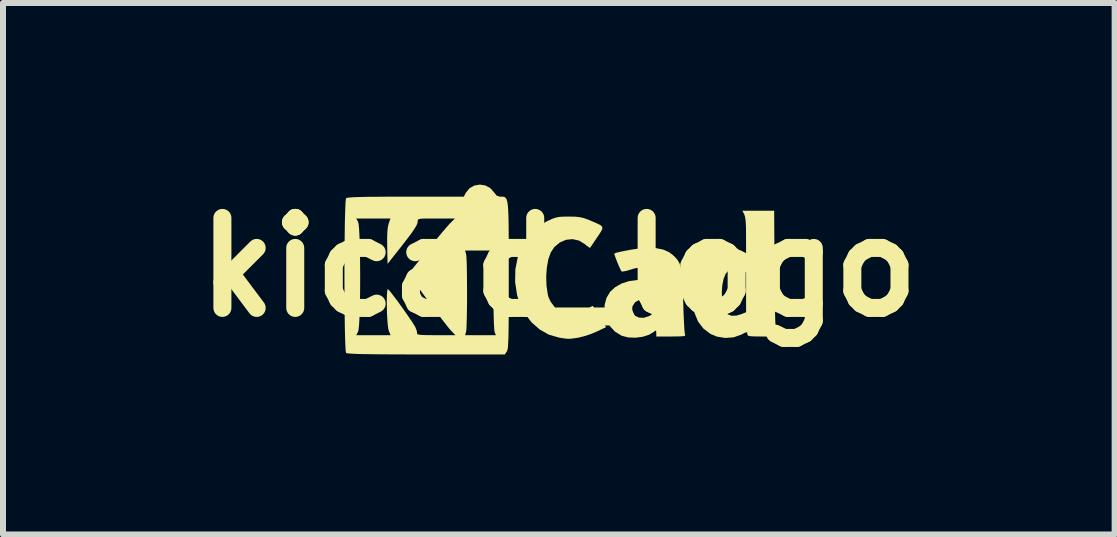
<source format=kicad_pcb>
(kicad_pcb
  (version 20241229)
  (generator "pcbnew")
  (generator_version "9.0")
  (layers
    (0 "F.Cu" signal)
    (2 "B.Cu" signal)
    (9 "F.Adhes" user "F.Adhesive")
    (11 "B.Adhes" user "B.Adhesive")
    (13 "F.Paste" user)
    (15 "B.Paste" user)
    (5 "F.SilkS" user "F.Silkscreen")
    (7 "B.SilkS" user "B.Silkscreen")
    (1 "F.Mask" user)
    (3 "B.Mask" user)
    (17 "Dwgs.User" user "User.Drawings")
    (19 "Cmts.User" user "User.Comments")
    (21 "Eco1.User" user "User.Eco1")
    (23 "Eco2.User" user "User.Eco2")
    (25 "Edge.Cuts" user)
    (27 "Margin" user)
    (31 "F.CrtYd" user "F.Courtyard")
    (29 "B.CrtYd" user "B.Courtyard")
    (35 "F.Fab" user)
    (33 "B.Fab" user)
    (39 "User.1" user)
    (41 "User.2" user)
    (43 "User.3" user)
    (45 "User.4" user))
  (footprint "kicad_logo"
    (layer "F.Cu")
    (at 6.264 1.404)
    (property "Reference" "kicad_logo" (at 0 0 0) (layer "F.SilkS") (effects (font (size 1.5 1.5) (thickness 0.3))))
    (attr board_only exclude_from_pos_files exclude_from_bom)
    (fp_poly (pts (xy 3.596 0.059) (xy 3.598 0.307) (xy 3.6 0.515) (xy 3.603 0.686) (xy 3.606 0.824) (xy 3.61 0.931) (xy 3.615 1.01) (xy 3.62 1.064) (xy 3.626 1.097) (xy 3.63 1.106) (xy 3.658 1.155) (xy 3.4 1.155) (xy 3.292 1.154) (xy 3.219 1.152) (xy 3.175 1.147) (xy 3.152 1.138) (xy 3.144 1.124) (xy 3.143 1.112) (xy 3.141 1.089) (xy 3.127 1.084) (xy 3.093 1.097) (xy 3.044 1.123) (xy 2.916 1.168) (xy 2.776 1.179) (xy 2.637 1.157) (xy 2.529 1.112) (xy 2.411 1.023) (xy 2.322 0.907) (xy 2.263 0.764) (xy 2.232 0.591) (xy 2.229 0.422) (xy 2.717 0.422) (xy 2.722 0.539) (xy 2.741 0.646) (xy 2.773 0.732) (xy 2.816 0.786) (xy 2.88 0.809) (xy 2.965 0.806) (xy 3.047 0.781) (xy 3.122 0.75) (xy 3.122 0.419) (xy 3.122 0.087) (xy 3.058 0.054) (xy 2.967 0.025) (xy 2.879 0.03) (xy 2.828 0.054) (xy 2.781 0.11) (xy 2.746 0.197) (xy 2.725 0.304) (xy 2.717 0.422) (xy 2.229 0.422) (xy 2.229 0.387) (xy 2.229 0.386) (xy 2.249 0.195) (xy 2.288 0.038) (xy 2.349 -0.088) (xy 2.433 -0.187) (xy 2.544 -0.265) (xy 2.545 -0.266) (xy 2.666 -0.311) (xy 2.799 -0.327) (xy 2.931 -0.315) (xy 3.033 -0.279) (xy 3.122 -0.234) (xy 3.121 -0.529) (xy 3.12 -0.666) (xy 3.115 -0.767) (xy 3.105 -0.836) (xy 3.092 -0.88) (xy 3.091 -0.882) (xy 3.06 -0.941) (xy 3.325 -0.941) (xy 3.59 -0.941)) (stroke (width 0) (type solid)) (fill yes) (layer "F.SilkS"))
    (fp_poly (pts (xy 0.275 -0.842) (xy 0.352 -0.834) (xy 0.42 -0.818) (xy 0.495 -0.791) (xy 0.535 -0.774) (xy 0.632 -0.732) (xy 0.694 -0.702) (xy 0.724 -0.673) (xy 0.726 -0.64) (xy 0.702 -0.592) (xy 0.656 -0.522) (xy 0.641 -0.5) (xy 0.591 -0.426) (xy 0.551 -0.367) (xy 0.527 -0.331) (xy 0.521 -0.323) (xy 0.503 -0.331) (xy 0.464 -0.36) (xy 0.44 -0.381) (xy 0.34 -0.443) (xy 0.231 -0.468) (xy 0.12 -0.457) (xy 0.016 -0.412) (xy -0.074 -0.336) (xy -0.134 -0.246) (xy -0.174 -0.135) (xy -0.199 0.004) (xy -0.21 0.156) (xy -0.205 0.309) (xy -0.184 0.45) (xy -0.172 0.499) (xy -0.132 0.581) (xy -0.069 0.664) (xy 0.004 0.734) (xy 0.064 0.77) (xy 0.164 0.791) (xy 0.277 0.783) (xy 0.389 0.749) (xy 0.463 0.708) (xy 0.517 0.671) (xy 0.555 0.649) (xy 0.567 0.646) (xy 0.58 0.665) (xy 0.611 0.713) (xy 0.653 0.781) (xy 0.681 0.826) (xy 0.788 0.999) (xy 0.624 1.076) (xy 0.525 1.117) (xy 0.419 1.151) (xy 0.328 1.174) (xy 0.321 1.175) (xy 0.239 1.187) (xy 0.181 1.193) (xy 0.129 1.192) (xy 0.066 1.183) (xy 0.003 1.173) (xy -0.164 1.125) (xy -0.317 1.039) (xy -0.453 0.92) (xy -0.565 0.774) (xy -0.651 0.605) (xy -0.695 0.465) (xy -0.728 0.247) (xy -0.724 0.036) (xy -0.685 -0.163) (xy -0.614 -0.346) (xy -0.51 -0.509) (xy -0.377 -0.647) (xy -0.217 -0.756) (xy -0.176 -0.776) (xy -0.103 -0.809) (xy -0.042 -0.829) (xy 0.021 -0.84) (xy 0.102 -0.844) (xy 0.171 -0.844)) (stroke (width 0) (type solid)) (fill yes) (layer "F.SilkS"))
    (fp_poly (pts (xy 1.625 -0.317) (xy 1.741 -0.294) (xy 1.834 -0.253) (xy 1.896 -0.208) (xy 1.943 -0.163) (xy 1.981 -0.118) (xy 2.01 -0.068) (xy 2.032 -0.005) (xy 2.047 0.074) (xy 2.058 0.177) (xy 2.066 0.308) (xy 2.072 0.473) (xy 2.074 0.567) (xy 2.078 0.712) (xy 2.083 0.845) (xy 2.089 0.958) (xy 2.094 1.046) (xy 2.1 1.101) (xy 2.104 1.117) (xy 2.108 1.133) (xy 2.099 1.144) (xy 2.07 1.15) (xy 2.014 1.153) (xy 1.924 1.154) (xy 1.873 1.155) (xy 1.625 1.155) (xy 1.625 1.098) (xy 1.622 1.059) (xy 1.608 1.058) (xy 1.587 1.076) (xy 1.504 1.126) (xy 1.396 1.16) (xy 1.275 1.175) (xy 1.156 1.17) (xy 1.051 1.143) (xy 1.048 1.142) (xy 0.936 1.073) (xy 0.851 0.98) (xy 0.793 0.87) (xy 0.764 0.75) (xy 0.764 0.683) (xy 1.223 0.683) (xy 1.232 0.757) (xy 1.273 0.81) (xy 1.337 0.84) (xy 1.416 0.843) (xy 1.503 0.816) (xy 1.534 0.799) (xy 1.561 0.776) (xy 1.576 0.742) (xy 1.582 0.684) (xy 1.582 0.638) (xy 1.582 0.508) (xy 1.464 0.518) (xy 1.35 0.54) (xy 1.272 0.584) (xy 1.229 0.649) (xy 1.223 0.683) (xy 0.764 0.683) (xy 0.764 0.628) (xy 0.795 0.512) (xy 0.857 0.408) (xy 0.939 0.333) (xy 1.047 0.272) (xy 1.169 0.232) (xy 1.314 0.212) (xy 1.406 0.207) (xy 1.502 0.204) (xy 1.561 0.198) (xy 1.589 0.189) (xy 1.593 0.175) (xy 1.583 0.126) (xy 1.582 0.116) (xy 1.568 0.079) (xy 1.539 0.043) (xy 1.477 0.009) (xy 1.386 0.001) (xy 1.271 0.018) (xy 1.186 0.043) (xy 1.118 0.063) (xy 1.067 0.072) (xy 1.045 0.07) (xy 1.031 0.044) (xy 1.007 -0.007) (xy 0.98 -0.071) (xy 0.954 -0.137) (xy 0.934 -0.191) (xy 0.925 -0.223) (xy 0.925 -0.226) (xy 0.956 -0.24) (xy 1.02 -0.256) (xy 1.105 -0.274) (xy 1.203 -0.292) (xy 1.302 -0.307) (xy 1.393 -0.318) (xy 1.465 -0.323) (xy 1.477 -0.324)) (stroke (width 0) (type solid)) (fill yes) (layer "F.SilkS"))
    (fp_poly (pts (xy -1.224 -1.363) (xy -1.14 -1.317) (xy -1.074 -1.241) (xy -1.072 -1.238) (xy -1.034 -1.192) (xy -0.982 -1.176) (xy -0.969 -1.176) (xy -0.941 -1.176) (xy -0.917 -1.174) (xy -0.898 -1.167) (xy -0.881 -1.152) (xy -0.868 -1.125) (xy -0.857 -1.084) (xy -0.849 -1.025) (xy -0.843 -0.946) (xy -0.839 -0.842) (xy -0.836 -0.712) (xy -0.835 -0.551) (xy -0.834 -0.356) (xy -0.834 -0.126) (xy -0.834 0.139) (xy -0.834 0.402) (xy -0.834 0.625) (xy -0.835 0.812) (xy -0.836 0.966) (xy -0.838 1.09) (xy -0.84 1.189) (xy -0.844 1.264) (xy -0.847 1.32) (xy -0.852 1.359) (xy -0.858 1.386) (xy -0.865 1.403) (xy -0.867 1.406) (xy -0.9 1.454) (xy -2.21 1.454) (xy -2.496 1.454) (xy -2.743 1.453) (xy -2.951 1.452) (xy -3.124 1.45) (xy -3.263 1.448) (xy -3.372 1.445) (xy -3.452 1.441) (xy -3.506 1.437) (xy -3.537 1.432) (xy -3.545 1.428) (xy -3.551 1.402) (xy -3.556 1.337) (xy -3.56 1.239) (xy -3.563 1.133) (xy -3.376 1.133) (xy -3.089 1.133) (xy -2.803 1.133) (xy -2.834 1.059) (xy -2.844 1.016) (xy -2.852 0.945) (xy -2.859 0.854) (xy -2.864 0.752) (xy -2.866 0.647) (xy -2.867 0.547) (xy -2.865 0.461) (xy -2.86 0.398) (xy -2.852 0.367) (xy -2.849 0.365) (xy -2.83 0.382) (xy -2.793 0.427) (xy -2.741 0.495) (xy -2.679 0.577) (xy -2.614 0.668) (xy -2.548 0.761) (xy -2.488 0.848) (xy -2.437 0.923) (xy -2.402 0.98) (xy -2.39 1.002) (xy -2.368 1.058) (xy -2.361 1.1) (xy -2.362 1.106) (xy -2.356 1.117) (xy -2.327 1.125) (xy -2.269 1.13) (xy -2.178 1.132) (xy -2.048 1.133) (xy -2.048 1.133) (xy -1.723 1.133) (xy -1.562 1.133) (xy -1.305 1.133) (xy -1.049 1.133) (xy -1.07 1.078) (xy -1.075 1.043) (xy -1.08 0.969) (xy -1.084 0.864) (xy -1.087 0.731) (xy -1.089 0.576) (xy -1.09 0.405) (xy -1.09 0.373) (xy -1.09 -0.278) (xy -1.326 -0.278) (xy -1.562 -0.278) (xy -1.545 -0.219) (xy -1.54 -0.18) (xy -1.536 -0.105) (xy -1.533 -0.002) (xy -1.531 0.123) (xy -1.53 0.264) (xy -1.529 0.411) (xy -1.529 0.56) (xy -1.531 0.702) (xy -1.533 0.831) (xy -1.536 0.94) (xy -1.539 1.022) (xy -1.544 1.069) (xy -1.545 1.074) (xy -1.562 1.133) (xy -1.723 1.133) (xy -1.8 1.053) (xy -1.833 1.014) (xy -1.887 0.946) (xy -1.957 0.856) (xy -2.038 0.747) (xy -2.128 0.628) (xy -2.22 0.503) (xy -2.311 0.378) (xy -2.397 0.259) (xy -2.455 0.177) (xy -2.504 0.107) (xy -2.198 -0.272) (xy -2.105 -0.386) (xy -2.016 -0.494) (xy -1.936 -0.59) (xy -1.87 -0.667) (xy -1.824 -0.719) (xy -1.812 -0.732) (xy -1.732 -0.812) (xy -2.042 -0.812) (xy -2.163 -0.812) (xy -2.247 -0.811) (xy -2.302 -0.808) (xy -2.333 -0.801) (xy -2.348 -0.791) (xy -2.352 -0.775) (xy -2.352 -0.764) (xy -2.357 -0.733) (xy -2.374 -0.693) (xy -2.406 -0.64) (xy -2.455 -0.568) (xy -2.526 -0.474) (xy -2.619 -0.353) (xy -2.662 -0.299) (xy -2.854 -0.056) (xy -2.86 -0.347) (xy -2.861 -0.492) (xy -2.857 -0.601) (xy -2.847 -0.681) (xy -2.836 -0.725) (xy -2.806 -0.812) (xy -3.091 -0.812) (xy -3.376 -0.812) (xy -3.345 -0.754) (xy -3.336 -0.716) (xy -3.329 -0.641) (xy -3.323 -0.535) (xy -3.318 -0.403) (xy -3.315 -0.252) (xy -3.312 -0.086) (xy -3.311 0.087) (xy -3.311 0.263) (xy -3.312 0.435) (xy -3.315 0.599) (xy -3.319 0.747) (xy -3.324 0.875) (xy -3.33 0.976) (xy -3.338 1.045) (xy -3.345 1.074) (xy -3.376 1.133) (xy -3.563 1.133) (xy -3.564 1.111) (xy -3.567 0.96) (xy -3.569 0.788) (xy -3.571 0.602) (xy -3.572 0.404) (xy -3.573 0.201) (xy -3.573 -0.003) (xy -3.572 -0.205) (xy -3.57 -0.398) (xy -3.568 -0.58) (xy -3.566 -0.744) (xy -3.562 -0.886) (xy -3.558 -1.003) (xy -3.554 -1.089) (xy -3.548 -1.139) (xy -3.545 -1.15) (xy -3.527 -1.157) (xy -3.486 -1.162) (xy -3.418 -1.167) (xy -3.321 -1.17) (xy -3.193 -1.173) (xy -3.031 -1.174) (xy -2.832 -1.176) (xy -2.593 -1.176) (xy -2.551 -1.176) (xy -1.583 -1.176) (xy -1.552 -1.237) (xy -1.49 -1.314) (xy -1.409 -1.361) (xy -1.317 -1.377)) (stroke (width 0) (type solid)) (fill yes) (layer "F.SilkS")))
  (gr_rect
    (start -3 -3)
    (end 15.529 5.858)
    (stroke (width 0.1) (type default))
    (fill no)
    (layer "Edge.Cuts")))
</source>
